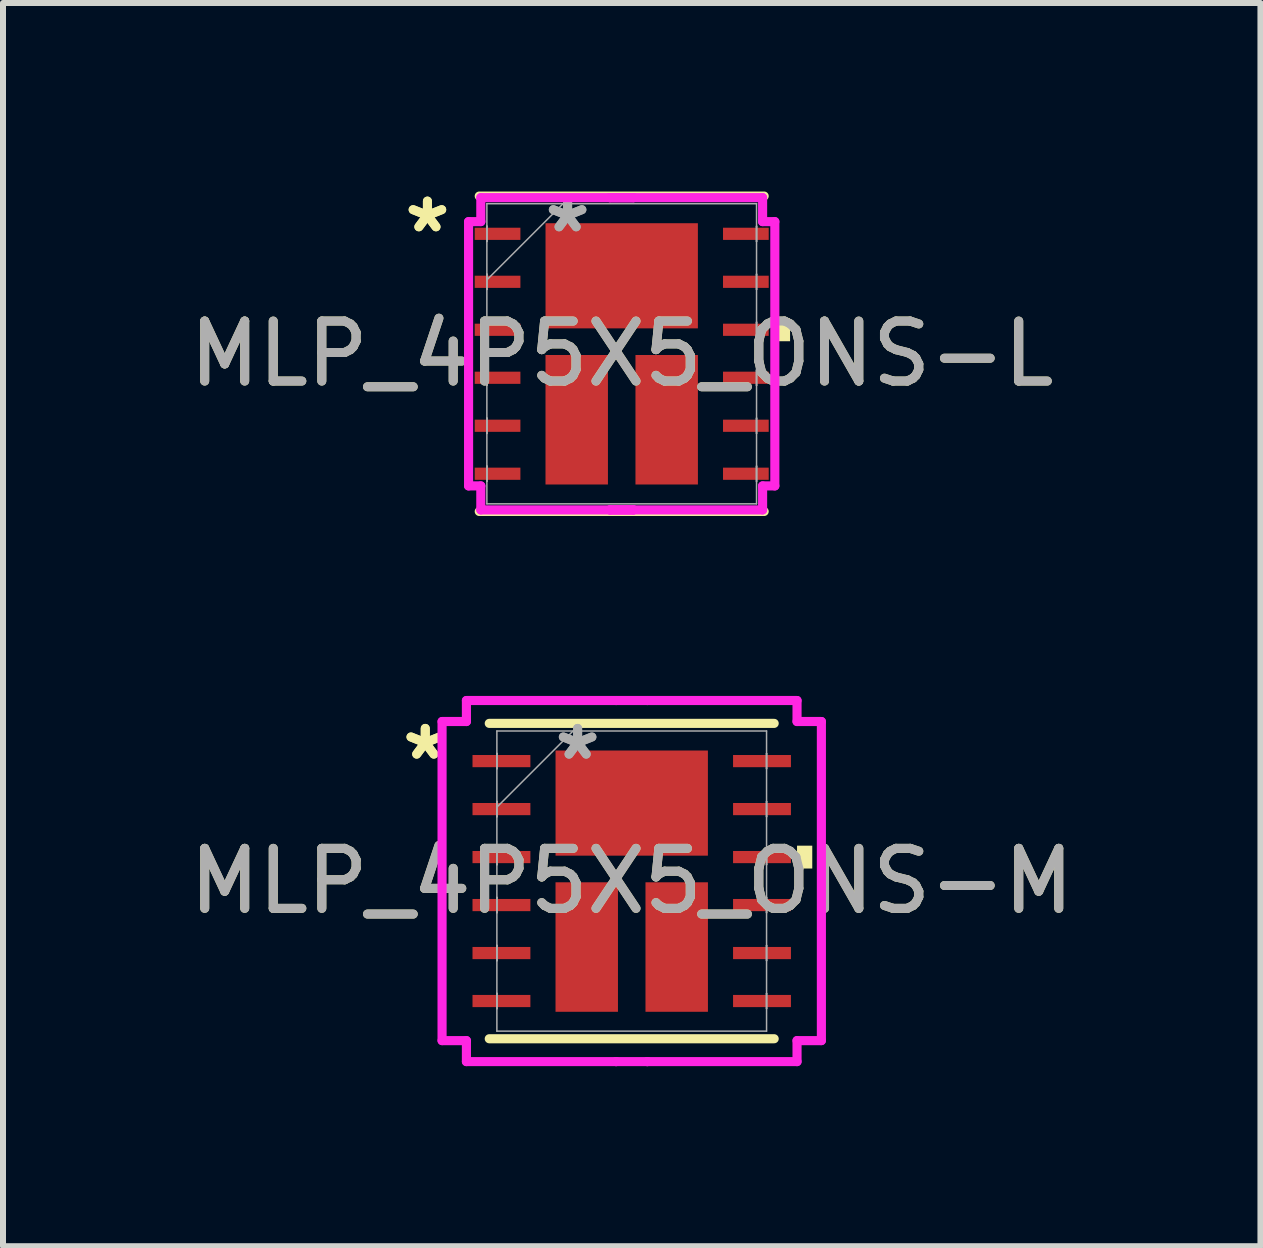
<source format=kicad_pcb>
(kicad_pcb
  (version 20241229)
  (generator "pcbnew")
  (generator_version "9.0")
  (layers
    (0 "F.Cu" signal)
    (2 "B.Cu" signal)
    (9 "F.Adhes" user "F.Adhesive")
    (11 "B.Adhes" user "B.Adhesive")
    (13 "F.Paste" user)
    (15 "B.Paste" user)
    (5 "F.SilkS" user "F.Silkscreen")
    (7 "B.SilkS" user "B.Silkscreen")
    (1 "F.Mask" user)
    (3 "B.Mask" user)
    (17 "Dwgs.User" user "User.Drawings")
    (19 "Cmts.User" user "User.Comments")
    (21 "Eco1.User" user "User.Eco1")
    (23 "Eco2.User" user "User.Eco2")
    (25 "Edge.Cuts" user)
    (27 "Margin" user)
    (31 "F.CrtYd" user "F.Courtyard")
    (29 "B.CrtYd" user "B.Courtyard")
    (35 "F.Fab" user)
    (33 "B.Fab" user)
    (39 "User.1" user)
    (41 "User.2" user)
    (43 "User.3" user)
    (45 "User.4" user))
  (footprint "MLP_4P5X5_ONS-M"
    (layer "F.Cu")
    (at 7.482 11.639)
    (property "Reference" "MLP_4P5X5_ONS-M" (at 0 0 0) (unlocked yes) (layer "F.SilkS") (effects (font (size 1 1) (thickness 0.15))))
    (attr smd)
    (fp_line (start -2.375 2.629) (end 2.375 2.629) (stroke (width 0.152) (type solid)) (layer "F.SilkS"))
    (fp_line (start 2.375 -2.629) (end -2.375 -2.629) (stroke (width 0.152) (type solid)) (layer "F.SilkS"))
    (fp_poly (pts (xy 3.01 -0.59) (xy 3.01 -0.209) (xy 2.756 -0.209) (xy 2.756 -0.59)) (stroke (width 0) (type solid)) (fill yes) (layer "F.SilkS"))
    (fp_line (start -3.162 -2.66) (end -2.756 -2.66) (stroke (width 0.152) (type solid)) (layer "F.CrtYd"))
    (fp_line (start -3.162 2.66) (end -3.162 -2.66) (stroke (width 0.152) (type solid)) (layer "F.CrtYd"))
    (fp_line (start -2.756 -3.01) (end -0.26 -3.01) (stroke (width 0.152) (type solid)) (layer "F.CrtYd"))
    (fp_line (start -2.756 -2.66) (end -2.756 -3.01) (stroke (width 0.152) (type solid)) (layer "F.CrtYd"))
    (fp_line (start -2.756 2.66) (end -3.162 2.66) (stroke (width 0.152) (type solid)) (layer "F.CrtYd"))
    (fp_line (start -2.756 3.01) (end -2.756 2.66) (stroke (width 0.152) (type solid)) (layer "F.CrtYd"))
    (fp_line (start -0.26 -3.01) (end -0.26 -3.01) (stroke (width 0.152) (type solid)) (layer "F.CrtYd"))
    (fp_line (start -0.26 -3.01) (end 0.26 -3.01) (stroke (width 0.152) (type solid)) (layer "F.CrtYd"))
    (fp_line (start -0.26 3.01) (end -2.756 3.01) (stroke (width 0.152) (type solid)) (layer "F.CrtYd"))
    (fp_line (start -0.26 3.01) (end -0.26 3.01) (stroke (width 0.152) (type solid)) (layer "F.CrtYd"))
    (fp_line (start 0.26 -3.01) (end 0.26 -3.01) (stroke (width 0.152) (type solid)) (layer "F.CrtYd"))
    (fp_line (start 0.26 -3.01) (end 2.756 -3.01) (stroke (width 0.152) (type solid)) (layer "F.CrtYd"))
    (fp_line (start 0.26 3.01) (end -0.26 3.01) (stroke (width 0.152) (type solid)) (layer "F.CrtYd"))
    (fp_line (start 0.26 3.01) (end 0.26 3.01) (stroke (width 0.152) (type solid)) (layer "F.CrtYd"))
    (fp_line (start 2.756 -3.01) (end 2.756 -2.66) (stroke (width 0.152) (type solid)) (layer "F.CrtYd"))
    (fp_line (start 2.756 -2.66) (end 3.162 -2.66) (stroke (width 0.152) (type solid)) (layer "F.CrtYd"))
    (fp_line (start 2.756 2.66) (end 2.756 3.01) (stroke (width 0.152) (type solid)) (layer "F.CrtYd"))
    (fp_line (start 2.756 3.01) (end 0.26 3.01) (stroke (width 0.152) (type solid)) (layer "F.CrtYd"))
    (fp_line (start 3.162 -2.66) (end 3.162 2.66) (stroke (width 0.152) (type solid)) (layer "F.CrtYd"))
    (fp_line (start 3.162 2.66) (end 2.756 2.66) (stroke (width 0.152) (type solid)) (layer "F.CrtYd"))
    (fp_line (start -2.248 -2.502) (end -2.248 2.502) (stroke (width 0.025) (type solid)) (layer "F.Fab"))
    (fp_line (start -2.248 -2.127) (end -2.248 -2.127) (stroke (width 0.025) (type solid)) (layer "F.Fab"))
    (fp_line (start -2.248 -2.127) (end -2.248 -1.873) (stroke (width 0.025) (type solid)) (layer "F.Fab"))
    (fp_line (start -2.248 -1.873) (end -2.248 -2.127) (stroke (width 0.025) (type solid)) (layer "F.Fab"))
    (fp_line (start -2.248 -1.873) (end -2.248 -1.873) (stroke (width 0.025) (type solid)) (layer "F.Fab"))
    (fp_line (start -2.248 -1.327) (end -2.248 -1.327) (stroke (width 0.025) (type solid)) (layer "F.Fab"))
    (fp_line (start -2.248 -1.327) (end -2.248 -1.073) (stroke (width 0.025) (type solid)) (layer "F.Fab"))
    (fp_line (start -2.248 -1.232) (end -0.978 -2.502) (stroke (width 0.025) (type solid)) (layer "F.Fab"))
    (fp_line (start -2.248 -1.073) (end -2.248 -1.327) (stroke (width 0.025) (type solid)) (layer "F.Fab"))
    (fp_line (start -2.248 -1.073) (end -2.248 -1.073) (stroke (width 0.025) (type solid)) (layer "F.Fab"))
    (fp_line (start -2.248 -0.527) (end -2.248 -0.527) (stroke (width 0.025) (type solid)) (layer "F.Fab"))
    (fp_line (start -2.248 -0.527) (end -2.248 -0.273) (stroke (width 0.025) (type solid)) (layer "F.Fab"))
    (fp_line (start -2.248 -0.273) (end -2.248 -0.527) (stroke (width 0.025) (type solid)) (layer "F.Fab"))
    (fp_line (start -2.248 -0.273) (end -2.248 -0.273) (stroke (width 0.025) (type solid)) (layer "F.Fab"))
    (fp_line (start -2.248 0.273) (end -2.248 0.273) (stroke (width 0.025) (type solid)) (layer "F.Fab"))
    (fp_line (start -2.248 0.273) (end -2.248 0.527) (stroke (width 0.025) (type solid)) (layer "F.Fab"))
    (fp_line (start -2.248 0.527) (end -2.248 0.273) (stroke (width 0.025) (type solid)) (layer "F.Fab"))
    (fp_line (start -2.248 0.527) (end -2.248 0.527) (stroke (width 0.025) (type solid)) (layer "F.Fab"))
    (fp_line (start -2.248 1.073) (end -2.248 1.073) (stroke (width 0.025) (type solid)) (layer "F.Fab"))
    (fp_line (start -2.248 1.073) (end -2.248 1.327) (stroke (width 0.025) (type solid)) (layer "F.Fab"))
    (fp_line (start -2.248 1.327) (end -2.248 1.073) (stroke (width 0.025) (type solid)) (layer "F.Fab"))
    (fp_line (start -2.248 1.327) (end -2.248 1.327) (stroke (width 0.025) (type solid)) (layer "F.Fab"))
    (fp_line (start -2.248 1.873) (end -2.248 1.873) (stroke (width 0.025) (type solid)) (layer "F.Fab"))
    (fp_line (start -2.248 1.873) (end -2.248 2.127) (stroke (width 0.025) (type solid)) (layer "F.Fab"))
    (fp_line (start -2.248 2.127) (end -2.248 1.873) (stroke (width 0.025) (type solid)) (layer "F.Fab"))
    (fp_line (start -2.248 2.127) (end -2.248 2.127) (stroke (width 0.025) (type solid)) (layer "F.Fab"))
    (fp_line (start -2.248 2.502) (end 2.248 2.502) (stroke (width 0.025) (type solid)) (layer "F.Fab"))
    (fp_line (start 2.248 -2.502) (end -2.248 -2.502) (stroke (width 0.025) (type solid)) (layer "F.Fab"))
    (fp_line (start 2.248 -2.127) (end 2.248 -2.127) (stroke (width 0.025) (type solid)) (layer "F.Fab"))
    (fp_line (start 2.248 -2.127) (end 2.248 -1.873) (stroke (width 0.025) (type solid)) (layer "F.Fab"))
    (fp_line (start 2.248 -1.873) (end 2.248 -2.127) (stroke (width 0.025) (type solid)) (layer "F.Fab"))
    (fp_line (start 2.248 -1.873) (end 2.248 -1.873) (stroke (width 0.025) (type solid)) (layer "F.Fab"))
    (fp_line (start 2.248 -1.327) (end 2.248 -1.327) (stroke (width 0.025) (type solid)) (layer "F.Fab"))
    (fp_line (start 2.248 -1.327) (end 2.248 -1.073) (stroke (width 0.025) (type solid)) (layer "F.Fab"))
    (fp_line (start 2.248 -1.073) (end 2.248 -1.327) (stroke (width 0.025) (type solid)) (layer "F.Fab"))
    (fp_line (start 2.248 -1.073) (end 2.248 -1.073) (stroke (width 0.025) (type solid)) (layer "F.Fab"))
    (fp_line (start 2.248 -0.527) (end 2.248 -0.527) (stroke (width 0.025) (type solid)) (layer "F.Fab"))
    (fp_line (start 2.248 -0.527) (end 2.248 -0.273) (stroke (width 0.025) (type solid)) (layer "F.Fab"))
    (fp_line (start 2.248 -0.273) (end 2.248 -0.527) (stroke (width 0.025) (type solid)) (layer "F.Fab"))
    (fp_line (start 2.248 -0.273) (end 2.248 -0.273) (stroke (width 0.025) (type solid)) (layer "F.Fab"))
    (fp_line (start 2.248 0.273) (end 2.248 0.273) (stroke (width 0.025) (type solid)) (layer "F.Fab"))
    (fp_line (start 2.248 0.273) (end 2.248 0.527) (stroke (width 0.025) (type solid)) (layer "F.Fab"))
    (fp_line (start 2.248 0.527) (end 2.248 0.273) (stroke (width 0.025) (type solid)) (layer "F.Fab"))
    (fp_line (start 2.248 0.527) (end 2.248 0.527) (stroke (width 0.025) (type solid)) (layer "F.Fab"))
    (fp_line (start 2.248 1.073) (end 2.248 1.073) (stroke (width 0.025) (type solid)) (layer "F.Fab"))
    (fp_line (start 2.248 1.073) (end 2.248 1.327) (stroke (width 0.025) (type solid)) (layer "F.Fab"))
    (fp_line (start 2.248 1.327) (end 2.248 1.073) (stroke (width 0.025) (type solid)) (layer "F.Fab"))
    (fp_line (start 2.248 1.327) (end 2.248 1.327) (stroke (width 0.025) (type solid)) (layer "F.Fab"))
    (fp_line (start 2.248 1.873) (end 2.248 1.873) (stroke (width 0.025) (type solid)) (layer "F.Fab"))
    (fp_line (start 2.248 1.873) (end 2.248 2.127) (stroke (width 0.025) (type solid)) (layer "F.Fab"))
    (fp_line (start 2.248 2.127) (end 2.248 1.873) (stroke (width 0.025) (type solid)) (layer "F.Fab"))
    (fp_line (start 2.248 2.127) (end 2.248 2.127) (stroke (width 0.025) (type solid)) (layer "F.Fab"))
    (fp_line (start 2.248 2.502) (end 2.248 -2.502) (stroke (width 0.025) (type solid)) (layer "F.Fab"))
    (fp_text user "*" (at -3.442 -2 0) (unlocked yes) (layer "F.SilkS") (effects (font (size 1 1) (thickness 0.15))))
    (fp_text user "*" (at -3.442 -2 0) (layer "F.SilkS") (effects (font (size 1 1) (thickness 0.15))))
    (fp_text user "*" (at -0.902 -2 0) (unlocked yes) (layer "F.Fab") (effects (font (size 1 1) (thickness 0.15))))
    (fp_text user "*" (at -0.902 -2 0) (layer "F.Fab") (effects (font (size 1 1) (thickness 0.15))))
    (fp_text user "${REFERENCE}" (at 0 0 0) (unlocked yes) (layer "F.Fab") (effects (font (size 1 1) (thickness 0.15))))
    (pad "1" smd rect (at -2.172 -2 90) (size 0.203 0.965) (layers "F.Cu" "F.Mask" "F.Paste"))
    (pad "2" smd rect (at -2.172 -1.2 90) (size 0.203 0.965) (layers "F.Cu" "F.Mask" "F.Paste"))
    (pad "3" smd rect (at -2.172 -0.4 90) (size 0.203 0.965) (layers "F.Cu" "F.Mask" "F.Paste"))
    (pad "4" smd rect (at -2.172 0.4 90) (size 0.203 0.965) (layers "F.Cu" "F.Mask" "F.Paste"))
    (pad "5" smd rect (at -2.172 1.2 90) (size 0.203 0.965) (layers "F.Cu" "F.Mask" "F.Paste"))
    (pad "6" smd rect (at -2.172 2 90) (size 0.203 0.965) (layers "F.Cu" "F.Mask" "F.Paste"))
    (pad "7" smd rect (at 2.172 2 90) (size 0.203 0.965) (layers "F.Cu" "F.Mask" "F.Paste"))
    (pad "8" smd rect (at 2.172 1.2 90) (size 0.203 0.965) (layers "F.Cu" "F.Mask" "F.Paste"))
    (pad "9" smd rect (at 2.172 0.4 90) (size 0.203 0.965) (layers "F.Cu" "F.Mask" "F.Paste"))
    (pad "10" smd rect (at 2.172 -0.4 90) (size 0.203 0.965) (layers "F.Cu" "F.Mask" "F.Paste"))
    (pad "11" smd rect (at 2.172 -1.2 90) (size 0.203 0.965) (layers "F.Cu" "F.Mask" "F.Paste"))
    (pad "12" smd rect (at 2.172 -2 90) (size 0.203 0.965) (layers "F.Cu" "F.Mask" "F.Paste"))
    (pad "13" smd rect (at 0 -1.3) (size 2.54 1.753) (layers "F.Cu" "F.Mask" "F.Paste"))
    (pad "14" smd rect (at -0.75 1.1) (size 1.041 2.159) (layers "F.Cu" "F.Mask" "F.Paste"))
    (pad "15" smd rect (at 0.75 1.1) (size 1.041 2.159) (layers "F.Cu" "F.Mask" "F.Paste")))
  (footprint "MLP_4P5X5_ONS-L"
    (layer "F.Cu")
    (at 7.315 2.848)
    (property "Reference" "MLP_4P5X5_ONS-L" (at 0 0 0) (unlocked yes) (layer "F.SilkS") (effects (font (size 1 1) (thickness 0.15))))
    (attr smd)
    (fp_line (start -2.375 2.629) (end 2.375 2.629) (stroke (width 0.152) (type solid)) (layer "F.SilkS"))
    (fp_line (start 2.375 -2.629) (end -2.375 -2.629) (stroke (width 0.152) (type solid)) (layer "F.SilkS"))
    (fp_poly (pts (xy 2.807 -0.59) (xy 2.807 -0.209) (xy 2.553 -0.209) (xy 2.553 -0.59)) (stroke (width 0) (type solid)) (fill yes) (layer "F.SilkS"))
    (fp_line (start -2.553 -2.203) (end -2.349 -2.203) (stroke (width 0.152) (type solid)) (layer "F.CrtYd"))
    (fp_line (start -2.553 2.203) (end -2.553 -2.203) (stroke (width 0.152) (type solid)) (layer "F.CrtYd"))
    (fp_line (start -2.349 -2.603) (end 0.197 -2.603) (stroke (width 0.152) (type solid)) (layer "F.CrtYd"))
    (fp_line (start -2.349 -2.203) (end -2.349 -2.603) (stroke (width 0.152) (type solid)) (layer "F.CrtYd"))
    (fp_line (start -2.349 2.203) (end -2.553 2.203) (stroke (width 0.152) (type solid)) (layer "F.CrtYd"))
    (fp_line (start -2.349 2.603) (end -2.349 2.203) (stroke (width 0.152) (type solid)) (layer "F.CrtYd"))
    (fp_line (start -0.197 -2.603) (end -0.197 -2.603) (stroke (width 0.152) (type solid)) (layer "F.CrtYd"))
    (fp_line (start -0.197 -2.603) (end 2.349 -2.603) (stroke (width 0.152) (type solid)) (layer "F.CrtYd"))
    (fp_line (start -0.197 2.603) (end -0.197 2.603) (stroke (width 0.152) (type solid)) (layer "F.CrtYd"))
    (fp_line (start -0.197 2.603) (end 0.197 2.603) (stroke (width 0.152) (type solid)) (layer "F.CrtYd"))
    (fp_line (start 0.197 -2.603) (end -0.197 -2.603) (stroke (width 0.152) (type solid)) (layer "F.CrtYd"))
    (fp_line (start 0.197 -2.603) (end 0.197 -2.603) (stroke (width 0.152) (type solid)) (layer "F.CrtYd"))
    (fp_line (start 0.197 2.603) (end -2.349 2.603) (stroke (width 0.152) (type solid)) (layer "F.CrtYd"))
    (fp_line (start 0.197 2.603) (end 0.197 2.603) (stroke (width 0.152) (type solid)) (layer "F.CrtYd"))
    (fp_line (start 2.349 -2.603) (end 2.349 -2.203) (stroke (width 0.152) (type solid)) (layer "F.CrtYd"))
    (fp_line (start 2.349 -2.203) (end 2.553 -2.203) (stroke (width 0.152) (type solid)) (layer "F.CrtYd"))
    (fp_line (start 2.349 2.203) (end 2.349 2.603) (stroke (width 0.152) (type solid)) (layer "F.CrtYd"))
    (fp_line (start 2.349 2.603) (end -0.197 2.603) (stroke (width 0.152) (type solid)) (layer "F.CrtYd"))
    (fp_line (start 2.553 -2.203) (end 2.553 2.203) (stroke (width 0.152) (type solid)) (layer "F.CrtYd"))
    (fp_line (start 2.553 2.203) (end 2.349 2.203) (stroke (width 0.152) (type solid)) (layer "F.CrtYd"))
    (fp_line (start -2.248 -2.502) (end -2.248 2.502) (stroke (width 0.025) (type solid)) (layer "F.Fab"))
    (fp_line (start -2.248 -2.127) (end -2.248 -2.127) (stroke (width 0.025) (type solid)) (layer "F.Fab"))
    (fp_line (start -2.248 -2.127) (end -2.248 -1.873) (stroke (width 0.025) (type solid)) (layer "F.Fab"))
    (fp_line (start -2.248 -1.873) (end -2.248 -2.127) (stroke (width 0.025) (type solid)) (layer "F.Fab"))
    (fp_line (start -2.248 -1.873) (end -2.248 -1.873) (stroke (width 0.025) (type solid)) (layer "F.Fab"))
    (fp_line (start -2.248 -1.327) (end -2.248 -1.327) (stroke (width 0.025) (type solid)) (layer "F.Fab"))
    (fp_line (start -2.248 -1.327) (end -2.248 -1.073) (stroke (width 0.025) (type solid)) (layer "F.Fab"))
    (fp_line (start -2.248 -1.232) (end -0.978 -2.502) (stroke (width 0.025) (type solid)) (layer "F.Fab"))
    (fp_line (start -2.248 -1.073) (end -2.248 -1.327) (stroke (width 0.025) (type solid)) (layer "F.Fab"))
    (fp_line (start -2.248 -1.073) (end -2.248 -1.073) (stroke (width 0.025) (type solid)) (layer "F.Fab"))
    (fp_line (start -2.248 -0.527) (end -2.248 -0.527) (stroke (width 0.025) (type solid)) (layer "F.Fab"))
    (fp_line (start -2.248 -0.527) (end -2.248 -0.273) (stroke (width 0.025) (type solid)) (layer "F.Fab"))
    (fp_line (start -2.248 -0.273) (end -2.248 -0.527) (stroke (width 0.025) (type solid)) (layer "F.Fab"))
    (fp_line (start -2.248 -0.273) (end -2.248 -0.273) (stroke (width 0.025) (type solid)) (layer "F.Fab"))
    (fp_line (start -2.248 0.273) (end -2.248 0.273) (stroke (width 0.025) (type solid)) (layer "F.Fab"))
    (fp_line (start -2.248 0.273) (end -2.248 0.527) (stroke (width 0.025) (type solid)) (layer "F.Fab"))
    (fp_line (start -2.248 0.527) (end -2.248 0.273) (stroke (width 0.025) (type solid)) (layer "F.Fab"))
    (fp_line (start -2.248 0.527) (end -2.248 0.527) (stroke (width 0.025) (type solid)) (layer "F.Fab"))
    (fp_line (start -2.248 1.073) (end -2.248 1.073) (stroke (width 0.025) (type solid)) (layer "F.Fab"))
    (fp_line (start -2.248 1.073) (end -2.248 1.327) (stroke (width 0.025) (type solid)) (layer "F.Fab"))
    (fp_line (start -2.248 1.327) (end -2.248 1.073) (stroke (width 0.025) (type solid)) (layer "F.Fab"))
    (fp_line (start -2.248 1.327) (end -2.248 1.327) (stroke (width 0.025) (type solid)) (layer "F.Fab"))
    (fp_line (start -2.248 1.873) (end -2.248 1.873) (stroke (width 0.025) (type solid)) (layer "F.Fab"))
    (fp_line (start -2.248 1.873) (end -2.248 2.127) (stroke (width 0.025) (type solid)) (layer "F.Fab"))
    (fp_line (start -2.248 2.127) (end -2.248 1.873) (stroke (width 0.025) (type solid)) (layer "F.Fab"))
    (fp_line (start -2.248 2.127) (end -2.248 2.127) (stroke (width 0.025) (type solid)) (layer "F.Fab"))
    (fp_line (start -2.248 2.502) (end 2.248 2.502) (stroke (width 0.025) (type solid)) (layer "F.Fab"))
    (fp_line (start 2.248 -2.502) (end -2.248 -2.502) (stroke (width 0.025) (type solid)) (layer "F.Fab"))
    (fp_line (start 2.248 -2.127) (end 2.248 -2.127) (stroke (width 0.025) (type solid)) (layer "F.Fab"))
    (fp_line (start 2.248 -2.127) (end 2.248 -1.873) (stroke (width 0.025) (type solid)) (layer "F.Fab"))
    (fp_line (start 2.248 -1.873) (end 2.248 -2.127) (stroke (width 0.025) (type solid)) (layer "F.Fab"))
    (fp_line (start 2.248 -1.873) (end 2.248 -1.873) (stroke (width 0.025) (type solid)) (layer "F.Fab"))
    (fp_line (start 2.248 -1.327) (end 2.248 -1.327) (stroke (width 0.025) (type solid)) (layer "F.Fab"))
    (fp_line (start 2.248 -1.327) (end 2.248 -1.073) (stroke (width 0.025) (type solid)) (layer "F.Fab"))
    (fp_line (start 2.248 -1.073) (end 2.248 -1.327) (stroke (width 0.025) (type solid)) (layer "F.Fab"))
    (fp_line (start 2.248 -1.073) (end 2.248 -1.073) (stroke (width 0.025) (type solid)) (layer "F.Fab"))
    (fp_line (start 2.248 -0.527) (end 2.248 -0.527) (stroke (width 0.025) (type solid)) (layer "F.Fab"))
    (fp_line (start 2.248 -0.527) (end 2.248 -0.273) (stroke (width 0.025) (type solid)) (layer "F.Fab"))
    (fp_line (start 2.248 -0.273) (end 2.248 -0.527) (stroke (width 0.025) (type solid)) (layer "F.Fab"))
    (fp_line (start 2.248 -0.273) (end 2.248 -0.273) (stroke (width 0.025) (type solid)) (layer "F.Fab"))
    (fp_line (start 2.248 0.273) (end 2.248 0.273) (stroke (width 0.025) (type solid)) (layer "F.Fab"))
    (fp_line (start 2.248 0.273) (end 2.248 0.527) (stroke (width 0.025) (type solid)) (layer "F.Fab"))
    (fp_line (start 2.248 0.527) (end 2.248 0.273) (stroke (width 0.025) (type solid)) (layer "F.Fab"))
    (fp_line (start 2.248 0.527) (end 2.248 0.527) (stroke (width 0.025) (type solid)) (layer "F.Fab"))
    (fp_line (start 2.248 1.073) (end 2.248 1.073) (stroke (width 0.025) (type solid)) (layer "F.Fab"))
    (fp_line (start 2.248 1.073) (end 2.248 1.327) (stroke (width 0.025) (type solid)) (layer "F.Fab"))
    (fp_line (start 2.248 1.327) (end 2.248 1.073) (stroke (width 0.025) (type solid)) (layer "F.Fab"))
    (fp_line (start 2.248 1.327) (end 2.248 1.327) (stroke (width 0.025) (type solid)) (layer "F.Fab"))
    (fp_line (start 2.248 1.873) (end 2.248 1.873) (stroke (width 0.025) (type solid)) (layer "F.Fab"))
    (fp_line (start 2.248 1.873) (end 2.248 2.127) (stroke (width 0.025) (type solid)) (layer "F.Fab"))
    (fp_line (start 2.248 2.127) (end 2.248 1.873) (stroke (width 0.025) (type solid)) (layer "F.Fab"))
    (fp_line (start 2.248 2.127) (end 2.248 2.127) (stroke (width 0.025) (type solid)) (layer "F.Fab"))
    (fp_line (start 2.248 2.502) (end 2.248 -2.502) (stroke (width 0.025) (type solid)) (layer "F.Fab"))
    (fp_text user "*" (at -3.239 -2 0) (unlocked yes) (layer "F.SilkS") (effects (font (size 1 1) (thickness 0.15))))
    (fp_text user "*" (at -3.239 -2 0) (layer "F.SilkS") (effects (font (size 1 1) (thickness 0.15))))
    (fp_text user "*" (at -0.902 -2 0) (layer "F.Fab") (effects (font (size 1 1) (thickness 0.15))))
    (fp_text user "*" (at -0.902 -2 0) (unlocked yes) (layer "F.Fab") (effects (font (size 1 1) (thickness 0.15))))
    (fp_text user "${REFERENCE}" (at 0 0 0) (unlocked yes) (layer "F.Fab") (effects (font (size 1 1) (thickness 0.15))))
    (pad "1" smd rect (at -2.07 -2 90) (size 0.203 0.762) (layers "F.Cu" "F.Mask" "F.Paste"))
    (pad "2" smd rect (at -2.07 -1.2 90) (size 0.203 0.762) (layers "F.Cu" "F.Mask" "F.Paste"))
    (pad "3" smd rect (at -2.07 -0.4 90) (size 0.203 0.762) (layers "F.Cu" "F.Mask" "F.Paste"))
    (pad "4" smd rect (at -2.07 0.4 90) (size 0.203 0.762) (layers "F.Cu" "F.Mask" "F.Paste"))
    (pad "5" smd rect (at -2.07 1.2 90) (size 0.203 0.762) (layers "F.Cu" "F.Mask" "F.Paste"))
    (pad "6" smd rect (at -2.07 2 90) (size 0.203 0.762) (layers "F.Cu" "F.Mask" "F.Paste"))
    (pad "7" smd rect (at 2.07 2 90) (size 0.203 0.762) (layers "F.Cu" "F.Mask" "F.Paste"))
    (pad "8" smd rect (at 2.07 1.2 90) (size 0.203 0.762) (layers "F.Cu" "F.Mask" "F.Paste"))
    (pad "9" smd rect (at 2.07 0.4 90) (size 0.203 0.762) (layers "F.Cu" "F.Mask" "F.Paste"))
    (pad "10" smd rect (at 2.07 -0.4 90) (size 0.203 0.762) (layers "F.Cu" "F.Mask" "F.Paste"))
    (pad "11" smd rect (at 2.07 -1.2 90) (size 0.203 0.762) (layers "F.Cu" "F.Mask" "F.Paste"))
    (pad "12" smd rect (at 2.07 -2 90) (size 0.203 0.762) (layers "F.Cu" "F.Mask" "F.Paste"))
    (pad "13" smd rect (at 0 -1.3) (size 2.54 1.753) (layers "F.Cu" "F.Mask" "F.Paste"))
    (pad "14" smd rect (at -0.75 1.1) (size 1.041 2.159) (layers "F.Cu" "F.Mask" "F.Paste"))
    (pad "15" smd rect (at 0.75 1.1) (size 1.041 2.159) (layers "F.Cu" "F.Mask" "F.Paste")))
  (gr_rect
    (start -3 -3)
    (end 17.964 17.726)
    (stroke (width 0.1) (type default))
    (fill no)
    (layer "Edge.Cuts")))
</source>
